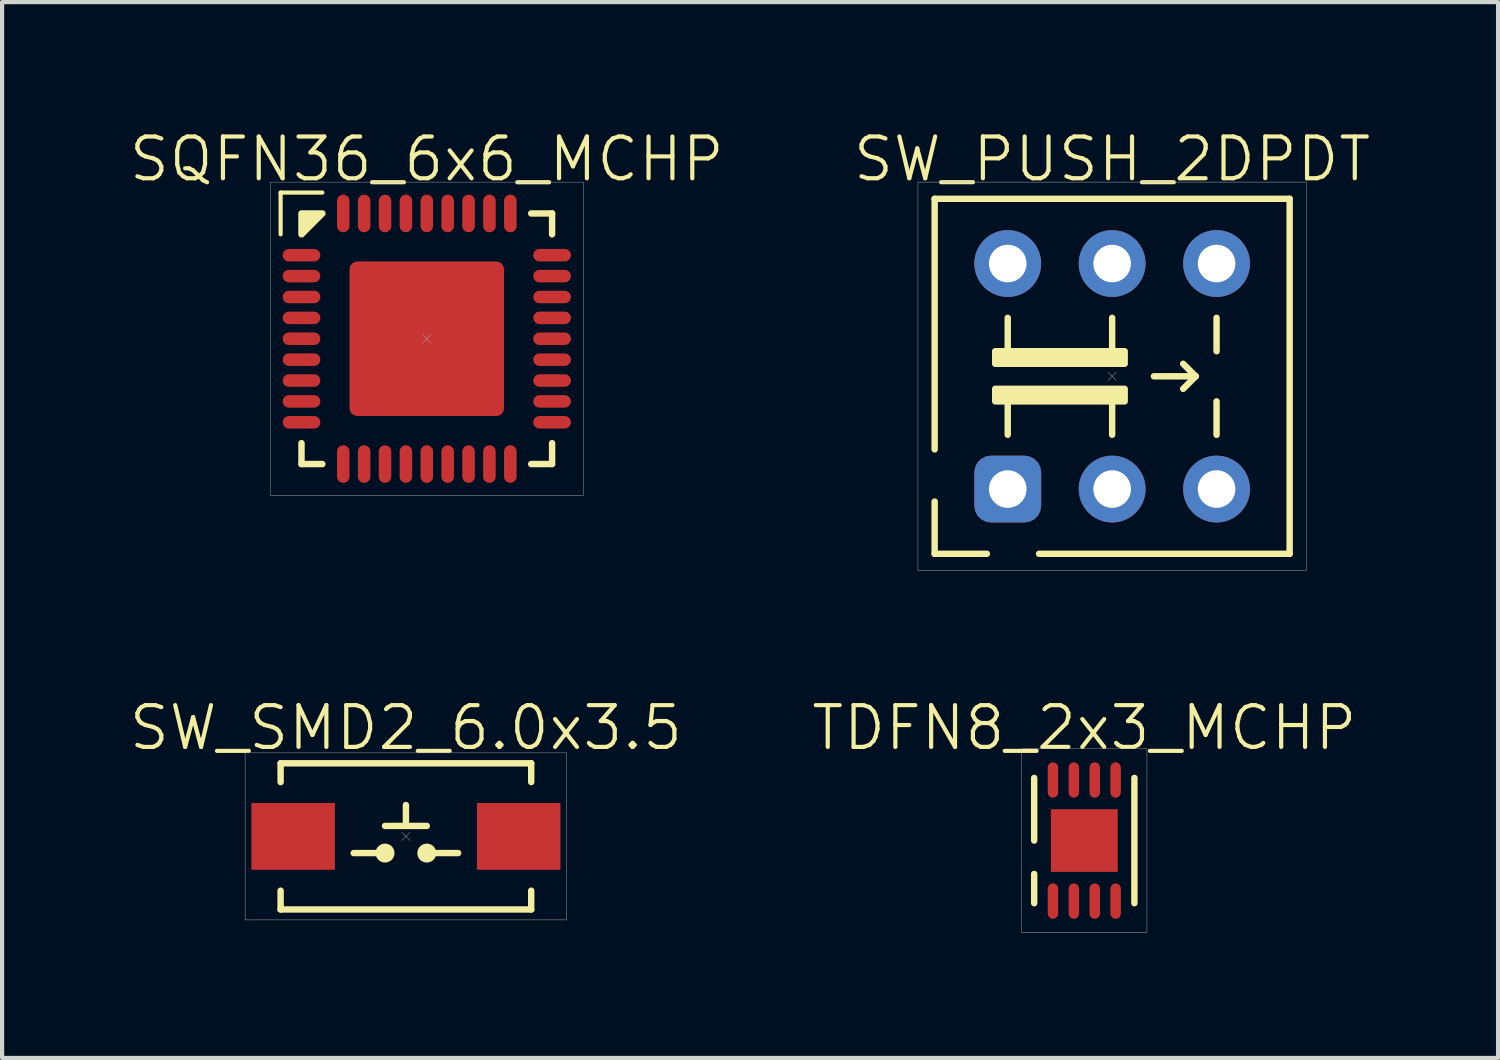
<source format=kicad_pcb>
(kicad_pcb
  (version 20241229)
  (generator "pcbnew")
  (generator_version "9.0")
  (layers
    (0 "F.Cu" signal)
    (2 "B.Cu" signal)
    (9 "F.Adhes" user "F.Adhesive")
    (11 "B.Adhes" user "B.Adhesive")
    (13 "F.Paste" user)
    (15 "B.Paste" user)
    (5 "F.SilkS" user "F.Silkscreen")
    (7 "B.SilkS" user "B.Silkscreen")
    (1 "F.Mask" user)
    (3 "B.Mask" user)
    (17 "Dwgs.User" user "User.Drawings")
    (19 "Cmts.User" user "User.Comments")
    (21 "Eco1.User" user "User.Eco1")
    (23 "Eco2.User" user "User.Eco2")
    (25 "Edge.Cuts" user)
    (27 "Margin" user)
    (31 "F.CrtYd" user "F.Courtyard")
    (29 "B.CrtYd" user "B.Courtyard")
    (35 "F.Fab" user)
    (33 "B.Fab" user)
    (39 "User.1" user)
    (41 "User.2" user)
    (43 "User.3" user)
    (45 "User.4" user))
  (footprint "SQFN36_6x6_MCHP"
    (layer "F.Cu")
    (at 7.169 5.061)
    (property "Reference" "SQFN36_6x6_MCHP" (at 0 -4.3 0) (unlocked yes) (layer "F.SilkS") (effects (font (size 1 1) (thickness 0.1))))
    (attr smd)
    (fp_line (start -3.5 -3.5) (end -2.5 -3.5) (stroke (width 0.1) (type default)) (layer "F.SilkS"))
    (fp_line (start -3.5 -2.5) (end -3.5 -3.5) (stroke (width 0.1) (type default)) (layer "F.SilkS"))
    (fp_line (start -3 3) (end -3 2.5) (stroke (width 0.154) (type default)) (layer "F.SilkS"))
    (fp_line (start -2.5 3) (end -3 3) (stroke (width 0.154) (type default)) (layer "F.SilkS"))
    (fp_line (start 2.5 -3) (end 3 -3) (stroke (width 0.154) (type default)) (layer "F.SilkS"))
    (fp_line (start 3 -3) (end 3 -2.5) (stroke (width 0.154) (type default)) (layer "F.SilkS"))
    (fp_line (start 3 2.5) (end 3 3) (stroke (width 0.154) (type default)) (layer "F.SilkS"))
    (fp_line (start 3 3) (end 2.5 3) (stroke (width 0.154) (type default)) (layer "F.SilkS"))
    (fp_poly (pts (xy -3 -2.5) (xy -3 -3) (xy -2.5 -3)) (stroke (width 0.154) (type solid)) (fill yes) (layer "F.SilkS"))
    (fp_line (start 0.1 -0.1) (end -0.1 0.1) (stroke (width 0.01) (type default)) (layer "F.Fab"))
    (fp_line (start 0.1 0.1) (end -0.1 -0.1) (stroke (width 0.01) (type default)) (layer "F.Fab"))
    (fp_rect (start -3.75 -3.75) (end 3.75 3.75) (stroke (width 0.01) (type default)) (fill no) (layer "F.Fab"))
    (pad "1" smd oval (at -3 -2) (size 0.9 0.3) (layers "F.Cu" "F.Mask" "F.Paste"))
    (pad "2" smd oval (at -3 -1.5) (size 0.9 0.3) (layers "F.Cu" "F.Mask" "F.Paste"))
    (pad "3" smd oval (at -3 -1) (size 0.9 0.3) (layers "F.Cu" "F.Mask" "F.Paste"))
    (pad "4" smd oval (at -3 -0.5) (size 0.9 0.3) (layers "F.Cu" "F.Mask" "F.Paste"))
    (pad "5" smd oval (at -3 0) (size 0.9 0.3) (layers "F.Cu" "F.Mask" "F.Paste"))
    (pad "6" smd oval (at -3 0.5) (size 0.9 0.3) (layers "F.Cu" "F.Mask" "F.Paste"))
    (pad "7" smd oval (at -3 1) (size 0.9 0.3) (layers "F.Cu" "F.Mask" "F.Paste"))
    (pad "8" smd oval (at -3 1.5) (size 0.9 0.3) (layers "F.Cu" "F.Mask" "F.Paste"))
    (pad "9" smd oval (at -3 2) (size 0.9 0.3) (layers "F.Cu" "F.Mask" "F.Paste"))
    (pad "10" smd oval (at -2 3 90) (size 0.9 0.3) (layers "F.Cu" "F.Mask" "F.Paste"))
    (pad "11" smd oval (at -1.5 3 90) (size 0.9 0.3) (layers "F.Cu" "F.Mask" "F.Paste"))
    (pad "12" smd oval (at -1 3 90) (size 0.9 0.3) (layers "F.Cu" "F.Mask" "F.Paste"))
    (pad "13" smd oval (at -0.5 3 90) (size 0.9 0.3) (layers "F.Cu" "F.Mask" "F.Paste"))
    (pad "14" smd oval (at 0 3 90) (size 0.9 0.3) (layers "F.Cu" "F.Mask" "F.Paste"))
    (pad "15" smd oval (at 0.5 3 90) (size 0.9 0.3) (layers "F.Cu" "F.Mask" "F.Paste"))
    (pad "16" smd oval (at 1 3 90) (size 0.9 0.3) (layers "F.Cu" "F.Mask" "F.Paste"))
    (pad "17" smd oval (at 1.5 3 90) (size 0.9 0.3) (layers "F.Cu" "F.Mask" "F.Paste"))
    (pad "18" smd oval (at 2 3 90) (size 0.9 0.3) (layers "F.Cu" "F.Mask" "F.Paste"))
    (pad "19" smd oval (at 3 2) (size 0.9 0.3) (layers "F.Cu" "F.Mask" "F.Paste"))
    (pad "20" smd oval (at 3 1.5) (size 0.9 0.3) (layers "F.Cu" "F.Mask" "F.Paste"))
    (pad "21" smd oval (at 3 1) (size 0.9 0.3) (layers "F.Cu" "F.Mask" "F.Paste"))
    (pad "22" smd oval (at 3 0.5) (size 0.9 0.3) (layers "F.Cu" "F.Mask" "F.Paste"))
    (pad "23" smd oval (at 3 0) (size 0.9 0.3) (layers "F.Cu" "F.Mask" "F.Paste"))
    (pad "24" smd oval (at 3 -0.5) (size 0.9 0.3) (layers "F.Cu" "F.Mask" "F.Paste"))
    (pad "25" smd oval (at 3 -1) (size 0.9 0.3) (layers "F.Cu" "F.Mask" "F.Paste"))
    (pad "26" smd oval (at 3 -1.5) (size 0.9 0.3) (layers "F.Cu" "F.Mask" "F.Paste"))
    (pad "27" smd oval (at 3 -2) (size 0.9 0.3) (layers "F.Cu" "F.Mask" "F.Paste"))
    (pad "28" smd oval (at 2 -3 90) (size 0.9 0.3) (layers "F.Cu" "F.Mask" "F.Paste"))
    (pad "29" smd oval (at 1.5 -3 90) (size 0.9 0.3) (layers "F.Cu" "F.Mask" "F.Paste"))
    (pad "30" smd oval (at 1 -3 90) (size 0.9 0.3) (layers "F.Cu" "F.Mask" "F.Paste"))
    (pad "31" smd oval (at 0.5 -3 90) (size 0.9 0.3) (layers "F.Cu" "F.Mask" "F.Paste"))
    (pad "32" smd oval (at 0 -3 90) (size 0.9 0.3) (layers "F.Cu" "F.Mask" "F.Paste"))
    (pad "33" smd oval (at -0.5 -3 90) (size 0.9 0.3) (layers "F.Cu" "F.Mask" "F.Paste"))
    (pad "34" smd oval (at -1 -3 90) (size 0.9 0.3) (layers "F.Cu" "F.Mask" "F.Paste"))
    (pad "35" smd oval (at -1.5 -3 90) (size 0.9 0.3) (layers "F.Cu" "F.Mask" "F.Paste"))
    (pad "36" smd oval (at -2 -3 90) (size 0.9 0.3) (layers "F.Cu" "F.Mask" "F.Paste"))
    (pad "37" smd roundrect (at 0 0) (size 3.7 3.7) (layers "F.Cu" "F.Mask" "F.Paste") (roundrect_rratio 0.05)))
  (footprint "SW_PUSH_2DPDT"
    (layer "F.Cu")
    (at 23.579 5.96)
    (property "Reference" "SW_PUSH_2DPDT" (at 0 -5.2 0) (unlocked yes) (layer "F.SilkS") (effects (font (size 1 1) (thickness 0.1))))
    (attr through_hole)
    (fp_line (start -4.25 -4.25) (end 4.25 -4.25) (stroke (width 0.154) (type default)) (layer "F.SilkS"))
    (fp_line (start -4.25 1.75) (end -4.25 -4.25) (stroke (width 0.154) (type default)) (layer "F.SilkS"))
    (fp_line (start -4.25 4.25) (end -4.25 3) (stroke (width 0.154) (type default)) (layer "F.SilkS"))
    (fp_line (start -3 4.25) (end -4.25 4.25) (stroke (width 0.154) (type default)) (layer "F.SilkS"))
    (fp_line (start -2.5 -0.6) (end -2.5 -1.4) (stroke (width 0.154) (type default)) (layer "F.SilkS"))
    (fp_line (start -2.5 1.4) (end -2.5 0.6) (stroke (width 0.154) (type default)) (layer "F.SilkS"))
    (fp_line (start 0 -0.6) (end 0 -1.4) (stroke (width 0.154) (type default)) (layer "F.SilkS"))
    (fp_line (start 0 1.4) (end 0 0.6) (stroke (width 0.154) (type default)) (layer "F.SilkS"))
    (fp_line (start 1 0) (end 2 0) (stroke (width 0.154) (type default)) (layer "F.SilkS"))
    (fp_line (start 1.7 -0.3) (end 2 0) (stroke (width 0.154) (type default)) (layer "F.SilkS"))
    (fp_line (start 2 0) (end 1.7 -0.3) (stroke (width 0.1) (type default)) (layer "F.SilkS"))
    (fp_line (start 2 0) (end 1.7 0.3) (stroke (width 0.154) (type default)) (layer "F.SilkS"))
    (fp_line (start 2.5 -0.6) (end 2.5 -1.4) (stroke (width 0.154) (type default)) (layer "F.SilkS"))
    (fp_line (start 2.5 1.4) (end 2.5 0.6) (stroke (width 0.154) (type default)) (layer "F.SilkS"))
    (fp_line (start 4.25 -4.25) (end 4.25 4.25) (stroke (width 0.154) (type default)) (layer "F.SilkS"))
    (fp_line (start 4.25 4.25) (end -1.75 4.25) (stroke (width 0.154) (type default)) (layer "F.SilkS"))
    (fp_rect (start -2.8 -0.6) (end 0.3 -0.3) (stroke (width 0.154) (type solid)) (fill yes) (layer "F.SilkS"))
    (fp_rect (start -2.8 0.3) (end 0.3 0.6) (stroke (width 0.154) (type solid)) (fill yes) (layer "F.SilkS"))
    (fp_line (start -0.1 -0.1) (end 0.1 0.1) (stroke (width 0.01) (type default)) (layer "F.Fab"))
    (fp_line (start 0.1 -0.1) (end -0.1 0.1) (stroke (width 0.01) (type default)) (layer "F.Fab"))
    (fp_rect (start -4.65 -4.65) (end 4.65 4.65) (stroke (width 0.01) (type default)) (fill no) (layer "F.Fab"))
    (pad "1" thru_hole roundrect (at -2.5 2.7) (size 1.6 1.6) (drill 0.9) (layers "*.Cu" "*.Mask") (roundrect_rratio 0.25))
    (pad "2" thru_hole circle (at 0 2.7) (size 1.6 1.6) (drill 0.9) (layers "*.Cu" "*.Mask"))
    (pad "3" thru_hole circle (at 2.5 2.7) (size 1.6 1.6) (drill 0.9) (layers "*.Cu" "*.Mask"))
    (pad "4" thru_hole circle (at -2.5 -2.7) (size 1.6 1.6) (drill 0.9) (layers "*.Cu" "*.Mask"))
    (pad "5" thru_hole circle (at 0 -2.7) (size 1.6 1.6) (drill 0.9) (layers "*.Cu" "*.Mask"))
    (pad "6" thru_hole circle (at 2.5 -2.7) (size 1.6 1.6) (drill 0.9) (layers "*.Cu" "*.Mask")))
  (footprint "SW_SMD2_6.0x3.5"
    (layer "F.Cu")
    (at 6.669 16.976)
    (property "Reference" "SW_SMD2_6.0x3.5" (at 0 -2.6 0) (unlocked yes) (layer "F.SilkS") (effects (font (size 1 1) (thickness 0.1))))
    (attr smd)
    (fp_line (start -3 -1.75) (end -3 -1.3) (stroke (width 0.154) (type default)) (layer "F.SilkS"))
    (fp_line (start -3 -1.75) (end 3 -1.75) (stroke (width 0.154) (type default)) (layer "F.SilkS"))
    (fp_line (start -3 1.3) (end -3 1.75) (stroke (width 0.154) (type default)) (layer "F.SilkS"))
    (fp_line (start -3 1.75) (end 3 1.75) (stroke (width 0.154) (type default)) (layer "F.SilkS"))
    (fp_line (start -1.25 0.4) (end -0.5 0.4) (stroke (width 0.154) (type default)) (layer "F.SilkS"))
    (fp_line (start -0.5 -0.25) (end 0.5 -0.25) (stroke (width 0.154) (type default)) (layer "F.SilkS"))
    (fp_line (start 0 -0.25) (end 0 -0.75) (stroke (width 0.154) (type default)) (layer "F.SilkS"))
    (fp_line (start 0.5 0.4) (end 1.25 0.4) (stroke (width 0.154) (type default)) (layer "F.SilkS"))
    (fp_line (start 3 -1.75) (end 3 -1.3) (stroke (width 0.154) (type default)) (layer "F.SilkS"))
    (fp_line (start 3 1.3) (end 3 1.75) (stroke (width 0.154) (type default)) (layer "F.SilkS"))
    (fp_circle (center -0.5 0.4) (end -0.35 0.4) (stroke (width 0.154) (type solid)) (fill yes) (layer "F.SilkS"))
    (fp_circle (center 0.5 0.4) (end 0.65 0.4) (stroke (width 0.154) (type solid)) (fill yes) (layer "F.SilkS"))
    (fp_line (start -0.1 -0.1) (end 0.1 0.1) (stroke (width 0.01) (type default)) (layer "F.Fab"))
    (fp_line (start 0.1 -0.1) (end -0.1 0.1) (stroke (width 0.01) (type default)) (layer "F.Fab"))
    (fp_rect (start -3.85 -2) (end 3.85 2) (stroke (width 0.01) (type default)) (fill no) (layer "F.Fab"))
    (pad "1" smd rect (at -2.7 0) (size 2 1.6) (layers "F.Cu" "F.Mask" "F.Paste"))
    (pad "2" smd rect (at 2.7 0) (size 2 1.6) (layers "F.Cu" "F.Mask" "F.Paste")))
  (footprint "TDFN8_2x3_MCHP"
    (layer "F.Cu")
    (at 22.912 17.076)
    (property "Reference" "TDFN8_2x3_MCHP" (at 0 -2.7 0) (unlocked yes) (layer "F.SilkS") (effects (font (size 1 1) (thickness 0.1))))
    (attr smd)
    (fp_line (start -1.2 -1.5) (end -1.2 0) (stroke (width 0.154) (type default)) (layer "F.SilkS"))
    (fp_line (start -1.2 0.8) (end -1.2 1.5) (stroke (width 0.154) (type default)) (layer "F.SilkS"))
    (fp_line (start 1.2 -1.5) (end 1.2 1.5) (stroke (width 0.154) (type default)) (layer "F.SilkS"))
    (fp_rect (start -1.5 -2.2) (end 1.5 2.2) (stroke (width 0.01) (type default)) (fill no) (layer "F.Fab"))
    (pad "1" smd roundrect (at -0.75 1.45) (size 0.25 0.85) (layers "F.Cu" "F.Mask" "F.Paste") (roundrect_rratio 0.5))
    (pad "2" smd roundrect (at -0.25 1.45) (size 0.25 0.85) (layers "F.Cu" "F.Mask" "F.Paste") (roundrect_rratio 0.5))
    (pad "3" smd roundrect (at 0.25 1.45) (size 0.25 0.85) (layers "F.Cu" "F.Mask" "F.Paste") (roundrect_rratio 0.5))
    (pad "4" smd roundrect (at 0.75 1.45) (size 0.25 0.85) (layers "F.Cu" "F.Mask" "F.Paste") (roundrect_rratio 0.5))
    (pad "5" smd roundrect (at 0.75 -1.45) (size 0.25 0.85) (layers "F.Cu" "F.Mask" "F.Paste") (roundrect_rratio 0.5))
    (pad "6" smd roundrect (at 0.25 -1.45) (size 0.25 0.85) (layers "F.Cu" "F.Mask" "F.Paste") (roundrect_rratio 0.5))
    (pad "7" smd roundrect (at -0.25 -1.45) (size 0.25 0.85) (layers "F.Cu" "F.Mask" "F.Paste") (roundrect_rratio 0.5))
    (pad "8" smd roundrect (at -0.75 -1.45) (size 0.25 0.85) (layers "F.Cu" "F.Mask" "F.Paste") (roundrect_rratio 0.5))
    (pad "9" smd rect (at 0 0) (size 1.6 1.5) (layers "F.Cu" "F.Mask" "F.Paste")))
  (gr_rect
    (start -3 -3)
    (end 32.819 22.281)
    (stroke (width 0.1) (type default))
    (fill no)
    (layer "Edge.Cuts")))
</source>
